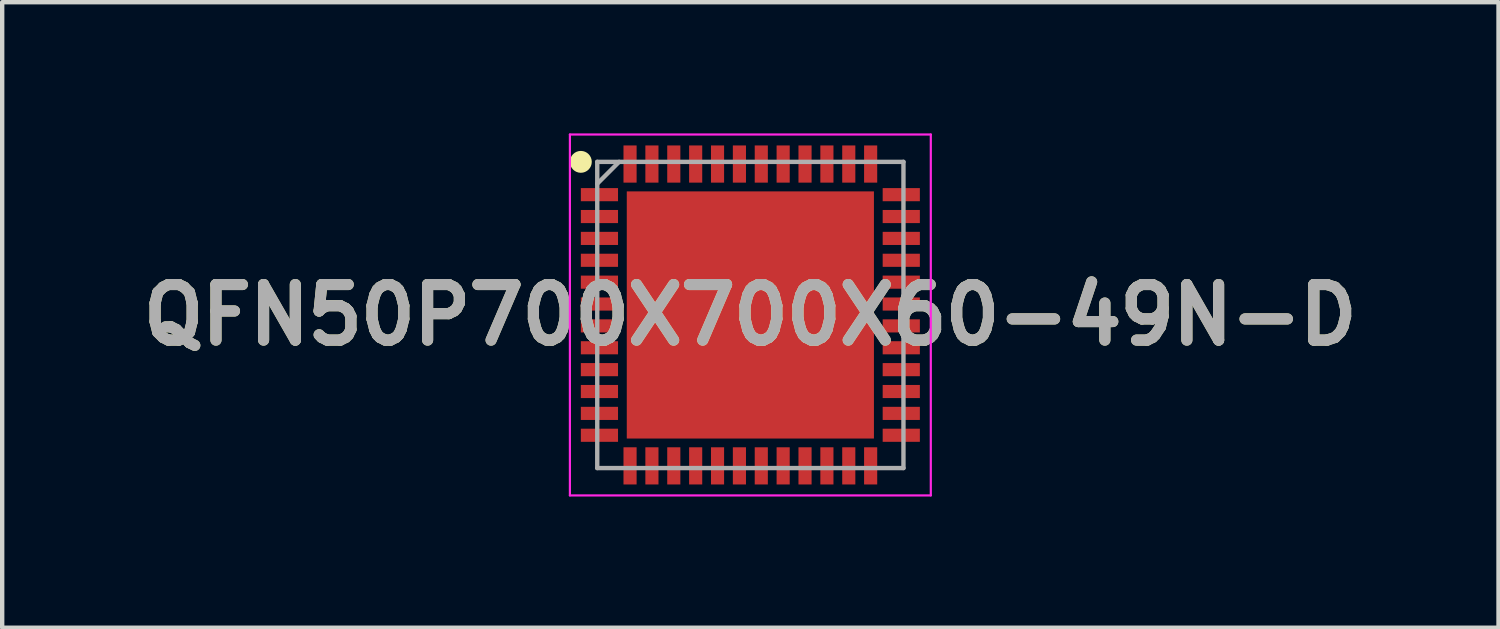
<source format=kicad_pcb>
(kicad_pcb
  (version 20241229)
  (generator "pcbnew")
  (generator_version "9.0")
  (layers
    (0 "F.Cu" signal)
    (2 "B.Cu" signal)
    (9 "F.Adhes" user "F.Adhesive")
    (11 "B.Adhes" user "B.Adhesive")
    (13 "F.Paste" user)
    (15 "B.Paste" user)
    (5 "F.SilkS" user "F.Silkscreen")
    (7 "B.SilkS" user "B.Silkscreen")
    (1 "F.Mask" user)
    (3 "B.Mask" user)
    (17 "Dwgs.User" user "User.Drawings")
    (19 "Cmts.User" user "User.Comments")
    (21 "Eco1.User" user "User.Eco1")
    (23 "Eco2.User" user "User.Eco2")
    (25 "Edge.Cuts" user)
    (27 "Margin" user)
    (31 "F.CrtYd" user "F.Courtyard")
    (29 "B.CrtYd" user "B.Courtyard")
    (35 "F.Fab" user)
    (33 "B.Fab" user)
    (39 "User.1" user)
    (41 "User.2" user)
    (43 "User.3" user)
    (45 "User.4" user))
  (footprint "QFN50P700X700X60-49N-D"
    (layer "F.Cu")
    (at 14.103 4.15)
    (property "Reference" "QFN50P700X700X60-49N-D" (at 0 0 0) (layer "F.SilkS") (effects (font (size 1.27 1.27) (thickness 0.254))))
    (attr smd)
    (fp_circle (center -3.875 -3.5) (end -3.875 -3.375) (stroke (width 0.25) (type solid)) (fill no) (layer "F.SilkS"))
    (fp_line (start -4.125 -4.125) (end 4.125 -4.125) (stroke (width 0.05) (type solid)) (layer "F.CrtYd"))
    (fp_line (start -4.125 4.125) (end -4.125 -4.125) (stroke (width 0.05) (type solid)) (layer "F.CrtYd"))
    (fp_line (start 4.125 -4.125) (end 4.125 4.125) (stroke (width 0.05) (type solid)) (layer "F.CrtYd"))
    (fp_line (start 4.125 4.125) (end -4.125 4.125) (stroke (width 0.05) (type solid)) (layer "F.CrtYd"))
    (fp_line (start -3.5 -3.5) (end 3.5 -3.5) (stroke (width 0.1) (type solid)) (layer "F.Fab"))
    (fp_line (start -3.5 -3) (end -3 -3.5) (stroke (width 0.1) (type solid)) (layer "F.Fab"))
    (fp_line (start -3.5 3.5) (end -3.5 -3.5) (stroke (width 0.1) (type solid)) (layer "F.Fab"))
    (fp_line (start 3.5 -3.5) (end 3.5 3.5) (stroke (width 0.1) (type solid)) (layer "F.Fab"))
    (fp_line (start 3.5 3.5) (end -3.5 3.5) (stroke (width 0.1) (type solid)) (layer "F.Fab"))
    (fp_text user "${REFERENCE}" (at 0 0 0) (layer "F.Fab") (effects (font (size 1.27 1.27) (thickness 0.254))))
    (pad "1" smd rect (at -3.45 -2.75 90) (size 0.3 0.85) (layers "F.Cu" "F.Mask" "F.Paste"))
    (pad "2" smd rect (at -3.45 -2.25 90) (size 0.3 0.85) (layers "F.Cu" "F.Mask" "F.Paste"))
    (pad "3" smd rect (at -3.45 -1.75 90) (size 0.3 0.85) (layers "F.Cu" "F.Mask" "F.Paste"))
    (pad "4" smd rect (at -3.45 -1.25 90) (size 0.3 0.85) (layers "F.Cu" "F.Mask" "F.Paste"))
    (pad "5" smd rect (at -3.45 -0.75 90) (size 0.3 0.85) (layers "F.Cu" "F.Mask" "F.Paste"))
    (pad "6" smd rect (at -3.45 -0.25 90) (size 0.3 0.85) (layers "F.Cu" "F.Mask" "F.Paste"))
    (pad "7" smd rect (at -3.45 0.25 90) (size 0.3 0.85) (layers "F.Cu" "F.Mask" "F.Paste"))
    (pad "8" smd rect (at -3.45 0.75 90) (size 0.3 0.85) (layers "F.Cu" "F.Mask" "F.Paste"))
    (pad "9" smd rect (at -3.45 1.25 90) (size 0.3 0.85) (layers "F.Cu" "F.Mask" "F.Paste"))
    (pad "10" smd rect (at -3.45 1.75 90) (size 0.3 0.85) (layers "F.Cu" "F.Mask" "F.Paste"))
    (pad "11" smd rect (at -3.45 2.25 90) (size 0.3 0.85) (layers "F.Cu" "F.Mask" "F.Paste"))
    (pad "12" smd rect (at -3.45 2.75 90) (size 0.3 0.85) (layers "F.Cu" "F.Mask" "F.Paste"))
    (pad "13" smd rect (at -2.75 3.45) (size 0.3 0.85) (layers "F.Cu" "F.Mask" "F.Paste"))
    (pad "14" smd rect (at -2.25 3.45) (size 0.3 0.85) (layers "F.Cu" "F.Mask" "F.Paste"))
    (pad "15" smd rect (at -1.75 3.45) (size 0.3 0.85) (layers "F.Cu" "F.Mask" "F.Paste"))
    (pad "16" smd rect (at -1.25 3.45) (size 0.3 0.85) (layers "F.Cu" "F.Mask" "F.Paste"))
    (pad "17" smd rect (at -0.75 3.45) (size 0.3 0.85) (layers "F.Cu" "F.Mask" "F.Paste"))
    (pad "18" smd rect (at -0.25 3.45) (size 0.3 0.85) (layers "F.Cu" "F.Mask" "F.Paste"))
    (pad "19" smd rect (at 0.25 3.45) (size 0.3 0.85) (layers "F.Cu" "F.Mask" "F.Paste"))
    (pad "20" smd rect (at 0.75 3.45) (size 0.3 0.85) (layers "F.Cu" "F.Mask" "F.Paste"))
    (pad "21" smd rect (at 1.25 3.45) (size 0.3 0.85) (layers "F.Cu" "F.Mask" "F.Paste"))
    (pad "22" smd rect (at 1.75 3.45) (size 0.3 0.85) (layers "F.Cu" "F.Mask" "F.Paste"))
    (pad "23" smd rect (at 2.25 3.45) (size 0.3 0.85) (layers "F.Cu" "F.Mask" "F.Paste"))
    (pad "24" smd rect (at 2.75 3.45) (size 0.3 0.85) (layers "F.Cu" "F.Mask" "F.Paste"))
    (pad "25" smd rect (at 3.45 2.75 90) (size 0.3 0.85) (layers "F.Cu" "F.Mask" "F.Paste"))
    (pad "26" smd rect (at 3.45 2.25 90) (size 0.3 0.85) (layers "F.Cu" "F.Mask" "F.Paste"))
    (pad "27" smd rect (at 3.45 1.75 90) (size 0.3 0.85) (layers "F.Cu" "F.Mask" "F.Paste"))
    (pad "28" smd rect (at 3.45 1.25 90) (size 0.3 0.85) (layers "F.Cu" "F.Mask" "F.Paste"))
    (pad "29" smd rect (at 3.45 0.75 90) (size 0.3 0.85) (layers "F.Cu" "F.Mask" "F.Paste"))
    (pad "30" smd rect (at 3.45 0.25 90) (size 0.3 0.85) (layers "F.Cu" "F.Mask" "F.Paste"))
    (pad "31" smd rect (at 3.45 -0.25 90) (size 0.3 0.85) (layers "F.Cu" "F.Mask" "F.Paste"))
    (pad "32" smd rect (at 3.45 -0.75 90) (size 0.3 0.85) (layers "F.Cu" "F.Mask" "F.Paste"))
    (pad "33" smd rect (at 3.45 -1.25 90) (size 0.3 0.85) (layers "F.Cu" "F.Mask" "F.Paste"))
    (pad "34" smd rect (at 3.45 -1.75 90) (size 0.3 0.85) (layers "F.Cu" "F.Mask" "F.Paste"))
    (pad "35" smd rect (at 3.45 -2.25 90) (size 0.3 0.85) (layers "F.Cu" "F.Mask" "F.Paste"))
    (pad "36" smd rect (at 3.45 -2.75 90) (size 0.3 0.85) (layers "F.Cu" "F.Mask" "F.Paste"))
    (pad "37" smd rect (at 2.75 -3.45) (size 0.3 0.85) (layers "F.Cu" "F.Mask" "F.Paste"))
    (pad "38" smd rect (at 2.25 -3.45) (size 0.3 0.85) (layers "F.Cu" "F.Mask" "F.Paste"))
    (pad "39" smd rect (at 1.75 -3.45) (size 0.3 0.85) (layers "F.Cu" "F.Mask" "F.Paste"))
    (pad "40" smd rect (at 1.25 -3.45) (size 0.3 0.85) (layers "F.Cu" "F.Mask" "F.Paste"))
    (pad "41" smd rect (at 0.75 -3.45) (size 0.3 0.85) (layers "F.Cu" "F.Mask" "F.Paste"))
    (pad "42" smd rect (at 0.25 -3.45) (size 0.3 0.85) (layers "F.Cu" "F.Mask" "F.Paste"))
    (pad "43" smd rect (at -0.25 -3.45) (size 0.3 0.85) (layers "F.Cu" "F.Mask" "F.Paste"))
    (pad "44" smd rect (at -0.75 -3.45) (size 0.3 0.85) (layers "F.Cu" "F.Mask" "F.Paste"))
    (pad "45" smd rect (at -1.25 -3.45) (size 0.3 0.85) (layers "F.Cu" "F.Mask" "F.Paste"))
    (pad "46" smd rect (at -1.75 -3.45) (size 0.3 0.85) (layers "F.Cu" "F.Mask" "F.Paste"))
    (pad "47" smd rect (at -2.25 -3.45) (size 0.3 0.85) (layers "F.Cu" "F.Mask" "F.Paste"))
    (pad "48" smd rect (at -2.75 -3.45) (size 0.3 0.85) (layers "F.Cu" "F.Mask" "F.Paste"))
    (pad "49" smd rect (at 0 0) (size 5.65 5.65) (layers "F.Cu" "F.Mask" "F.Paste")))
  (gr_rect
    (start -3 -3)
    (end 31.206 11.3)
    (stroke (width 0.1) (type default))
    (fill no)
    (layer "Edge.Cuts")))
</source>
